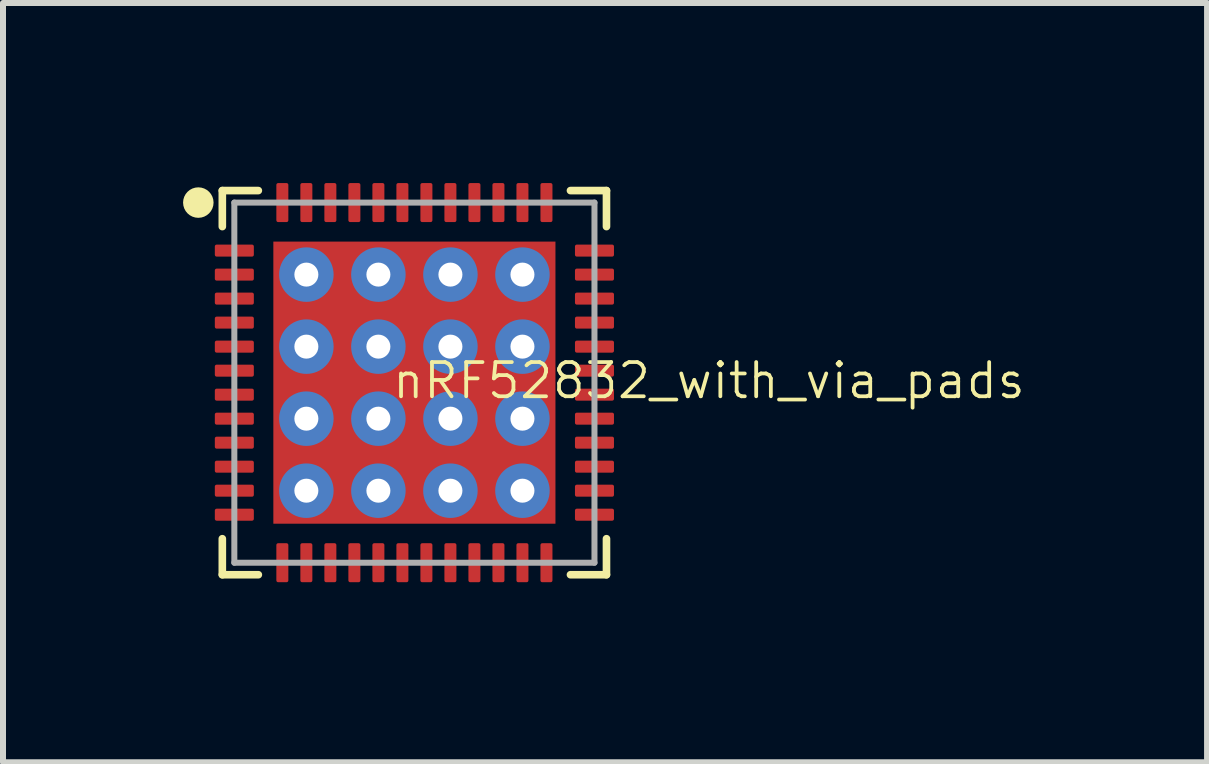
<source format=kicad_pcb>
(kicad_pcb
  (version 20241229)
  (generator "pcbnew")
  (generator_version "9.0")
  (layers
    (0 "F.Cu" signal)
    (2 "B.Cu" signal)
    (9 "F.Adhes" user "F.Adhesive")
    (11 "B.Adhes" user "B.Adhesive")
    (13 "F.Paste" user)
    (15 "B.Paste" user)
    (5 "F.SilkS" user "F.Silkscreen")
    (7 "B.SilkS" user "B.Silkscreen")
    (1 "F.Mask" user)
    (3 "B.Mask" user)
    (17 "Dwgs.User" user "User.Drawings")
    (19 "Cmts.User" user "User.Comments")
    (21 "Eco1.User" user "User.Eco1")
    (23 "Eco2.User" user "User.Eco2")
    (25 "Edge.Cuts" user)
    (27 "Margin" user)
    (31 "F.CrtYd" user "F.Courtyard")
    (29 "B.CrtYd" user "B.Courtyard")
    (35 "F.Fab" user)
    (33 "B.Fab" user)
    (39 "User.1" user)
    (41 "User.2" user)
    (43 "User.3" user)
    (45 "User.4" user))
  (footprint "nRF52832_with_via_pads"
    (layer "F.Cu")
    (at 3.854 3.325)
    (property "Reference" "nRF52832_with_via_pads" (at -0.4 0.3 0) (layer "F.SilkS") (effects (font (size 0.57 0.57) (thickness 0.063)) (justify left bottom)))
    (attr through_hole)
    (fp_line (start -3.2 -3.2) (end -3.2 -2.6) (stroke (width 0.127) (type solid)) (layer "F.SilkS"))
    (fp_line (start -3.2 2.6) (end -3.2 3.2) (stroke (width 0.127) (type solid)) (layer "F.SilkS"))
    (fp_line (start -3.2 3.2) (end -2.6 3.2) (stroke (width 0.127) (type solid)) (layer "F.SilkS"))
    (fp_line (start -2.6 -3.2) (end -3.2 -3.2) (stroke (width 0.127) (type solid)) (layer "F.SilkS"))
    (fp_line (start 2.6 3.2) (end 3.2 3.2) (stroke (width 0.127) (type solid)) (layer "F.SilkS"))
    (fp_line (start 3.2 -3.2) (end 2.6 -3.2) (stroke (width 0.127) (type solid)) (layer "F.SilkS"))
    (fp_line (start 3.2 -2.6) (end 3.2 -3.2) (stroke (width 0.127) (type solid)) (layer "F.SilkS"))
    (fp_line (start 3.2 3.2) (end 3.2 2.6) (stroke (width 0.127) (type solid)) (layer "F.SilkS"))
    (fp_circle (center -3.6 -3) (end -3.473 -3) (stroke (width 0.254) (type solid)) (fill no) (layer "F.SilkS"))
    (fp_line (start -3 -3) (end -3 3) (stroke (width 0.1) (type solid)) (layer "F.Fab"))
    (fp_line (start -3 3) (end 3 3) (stroke (width 0.1) (type solid)) (layer "F.Fab"))
    (fp_line (start 3 -3) (end -3 -3) (stroke (width 0.1) (type solid)) (layer "F.Fab"))
    (fp_line (start 3 3) (end 3 -3) (stroke (width 0.1) (type solid)) (layer "F.Fab"))
    (pad "1" smd roundrect (at -3 -2.2) (size 0.65 0.2) (layers "F.Cu" "F.Mask" "F.Paste") (roundrect_rratio 0.15))
    (pad "2" smd roundrect (at -3 -1.8) (size 0.65 0.2) (layers "F.Cu" "F.Mask" "F.Paste") (roundrect_rratio 0.15))
    (pad "3" smd roundrect (at -3 -1.4) (size 0.65 0.2) (layers "F.Cu" "F.Mask" "F.Paste") (roundrect_rratio 0.15))
    (pad "4" smd roundrect (at -3 -1) (size 0.65 0.2) (layers "F.Cu" "F.Mask" "F.Paste") (roundrect_rratio 0.15))
    (pad "5" smd roundrect (at -3 -0.6) (size 0.65 0.2) (layers "F.Cu" "F.Mask" "F.Paste") (roundrect_rratio 0.15))
    (pad "6" smd roundrect (at -3 -0.2) (size 0.65 0.2) (layers "F.Cu" "F.Mask" "F.Paste") (roundrect_rratio 0.15))
    (pad "7" smd roundrect (at -3 0.2) (size 0.65 0.2) (layers "F.Cu" "F.Mask" "F.Paste") (roundrect_rratio 0.15))
    (pad "8" smd roundrect (at -3 0.6) (size 0.65 0.2) (layers "F.Cu" "F.Mask" "F.Paste") (roundrect_rratio 0.15))
    (pad "9" smd roundrect (at -3 1) (size 0.65 0.2) (layers "F.Cu" "F.Mask" "F.Paste") (roundrect_rratio 0.15))
    (pad "10" smd roundrect (at -3 1.4) (size 0.65 0.2) (layers "F.Cu" "F.Mask" "F.Paste") (roundrect_rratio 0.15))
    (pad "11" smd roundrect (at -3 1.8) (size 0.65 0.2) (layers "F.Cu" "F.Mask" "F.Paste") (roundrect_rratio 0.15))
    (pad "12" smd roundrect (at -3 2.2) (size 0.65 0.2) (layers "F.Cu" "F.Mask" "F.Paste") (roundrect_rratio 0.15))
    (pad "13" smd roundrect (at -2.2 3 90) (size 0.65 0.2) (layers "F.Cu" "F.Mask" "F.Paste") (roundrect_rratio 0.15))
    (pad "14" smd roundrect (at -1.8 3 90) (size 0.65 0.2) (layers "F.Cu" "F.Mask" "F.Paste") (roundrect_rratio 0.15))
    (pad "15" smd roundrect (at -1.4 3 90) (size 0.65 0.2) (layers "F.Cu" "F.Mask" "F.Paste") (roundrect_rratio 0.15))
    (pad "16" smd roundrect (at -1 3 90) (size 0.65 0.2) (layers "F.Cu" "F.Mask" "F.Paste") (roundrect_rratio 0.15))
    (pad "17" smd roundrect (at -0.6 3 90) (size 0.65 0.2) (layers "F.Cu" "F.Mask" "F.Paste") (roundrect_rratio 0.15))
    (pad "18" smd roundrect (at -0.2 3 90) (size 0.65 0.2) (layers "F.Cu" "F.Mask" "F.Paste") (roundrect_rratio 0.15))
    (pad "19" smd roundrect (at 0.2 3 90) (size 0.65 0.2) (layers "F.Cu" "F.Mask" "F.Paste") (roundrect_rratio 0.15))
    (pad "20" smd roundrect (at 0.6 3 90) (size 0.65 0.2) (layers "F.Cu" "F.Mask" "F.Paste") (roundrect_rratio 0.15))
    (pad "21" smd roundrect (at 1 3 90) (size 0.65 0.2) (layers "F.Cu" "F.Mask" "F.Paste") (roundrect_rratio 0.15))
    (pad "22" smd roundrect (at 1.4 3 90) (size 0.65 0.2) (layers "F.Cu" "F.Mask" "F.Paste") (roundrect_rratio 0.15))
    (pad "23" smd roundrect (at 1.8 3 90) (size 0.65 0.2) (layers "F.Cu" "F.Mask" "F.Paste") (roundrect_rratio 0.15))
    (pad "24" smd roundrect (at 2.2 3 90) (size 0.65 0.2) (layers "F.Cu" "F.Mask" "F.Paste") (roundrect_rratio 0.15))
    (pad "25" smd roundrect (at 3 2.2 180) (size 0.65 0.2) (layers "F.Cu" "F.Mask" "F.Paste") (roundrect_rratio 0.15))
    (pad "26" smd roundrect (at 3 1.8 180) (size 0.65 0.2) (layers "F.Cu" "F.Mask" "F.Paste") (roundrect_rratio 0.15))
    (pad "27" smd roundrect (at 3 1.4 180) (size 0.65 0.2) (layers "F.Cu" "F.Mask" "F.Paste") (roundrect_rratio 0.15))
    (pad "28" smd roundrect (at 3 1 180) (size 0.65 0.2) (layers "F.Cu" "F.Mask" "F.Paste") (roundrect_rratio 0.15))
    (pad "29" smd roundrect (at 3 0.6 180) (size 0.65 0.2) (layers "F.Cu" "F.Mask" "F.Paste") (roundrect_rratio 0.15))
    (pad "30" smd roundrect (at 3 0.2 180) (size 0.65 0.2) (layers "F.Cu" "F.Mask" "F.Paste") (roundrect_rratio 0.15))
    (pad "31" smd roundrect (at 3 -0.2 180) (size 0.65 0.2) (layers "F.Cu" "F.Mask" "F.Paste") (roundrect_rratio 0.15))
    (pad "32" smd roundrect (at 3 -0.6 180) (size 0.65 0.2) (layers "F.Cu" "F.Mask" "F.Paste") (roundrect_rratio 0.15))
    (pad "33" smd roundrect (at 3 -1 180) (size 0.65 0.2) (layers "F.Cu" "F.Mask" "F.Paste") (roundrect_rratio 0.15))
    (pad "34" smd roundrect (at 3 -1.4 180) (size 0.65 0.2) (layers "F.Cu" "F.Mask" "F.Paste") (roundrect_rratio 0.15))
    (pad "35" smd roundrect (at 3 -1.8 180) (size 0.65 0.2) (layers "F.Cu" "F.Mask" "F.Paste") (roundrect_rratio 0.15))
    (pad "36" smd roundrect (at 3 -2.2 180) (size 0.65 0.2) (layers "F.Cu" "F.Mask" "F.Paste") (roundrect_rratio 0.15))
    (pad "37" smd roundrect (at 2.2 -3 270) (size 0.65 0.2) (layers "F.Cu" "F.Mask" "F.Paste") (roundrect_rratio 0.15))
    (pad "38" smd roundrect (at 1.8 -3 270) (size 0.65 0.2) (layers "F.Cu" "F.Mask" "F.Paste") (roundrect_rratio 0.15))
    (pad "39" smd roundrect (at 1.4 -3 270) (size 0.65 0.2) (layers "F.Cu" "F.Mask" "F.Paste") (roundrect_rratio 0.15))
    (pad "40" smd roundrect (at 1 -3 270) (size 0.65 0.2) (layers "F.Cu" "F.Mask" "F.Paste") (roundrect_rratio 0.15))
    (pad "41" smd roundrect (at 0.6 -3 270) (size 0.65 0.2) (layers "F.Cu" "F.Mask" "F.Paste") (roundrect_rratio 0.15))
    (pad "42" smd roundrect (at 0.2 -3 270) (size 0.65 0.2) (layers "F.Cu" "F.Mask" "F.Paste") (roundrect_rratio 0.15))
    (pad "43" smd roundrect (at -0.2 -3 270) (size 0.65 0.2) (layers "F.Cu" "F.Mask" "F.Paste") (roundrect_rratio 0.15))
    (pad "44" smd roundrect (at -0.6 -3 270) (size 0.65 0.2) (layers "F.Cu" "F.Mask" "F.Paste") (roundrect_rratio 0.15))
    (pad "45" smd roundrect (at -1 -3 270) (size 0.65 0.2) (layers "F.Cu" "F.Mask" "F.Paste") (roundrect_rratio 0.15))
    (pad "46" smd roundrect (at -1.4 -3 270) (size 0.65 0.2) (layers "F.Cu" "F.Mask" "F.Paste") (roundrect_rratio 0.15))
    (pad "47" smd roundrect (at -1.8 -3 270) (size 0.65 0.2) (layers "F.Cu" "F.Mask" "F.Paste") (roundrect_rratio 0.15))
    (pad "48" smd roundrect (at -2.2 -3 270) (size 0.65 0.2) (layers "F.Cu" "F.Mask" "F.Paste") (roundrect_rratio 0.15))
    (pad "PAD" smd rect (at 0 0 270) (size 4.7 4.7) (layers "F.Cu" "F.Mask" "F.Paste"))
    (pad "PAD@VIA01" thru_hole circle (at -1.8 -1.8 180) (size 0.908 0.908) (drill 0.4) (layers "*.Cu" "*.Mask"))
    (pad "PAD@VIA02" thru_hole circle (at -1.8 -0.6 90) (size 0.908 0.908) (drill 0.4) (layers "*.Cu" "*.Mask"))
    (pad "PAD@VIA03" thru_hole circle (at -1.8 0.6 90) (size 0.908 0.908) (drill 0.4) (layers "*.Cu" "*.Mask"))
    (pad "PAD@VIA04" thru_hole circle (at -1.8 1.8 90) (size 0.908 0.908) (drill 0.4) (layers "*.Cu" "*.Mask"))
    (pad "PAD@VIA05" thru_hole circle (at -0.6 -1.8 90) (size 0.908 0.908) (drill 0.4) (layers "*.Cu" "*.Mask"))
    (pad "PAD@VIA06" thru_hole circle (at -0.6 -0.6 90) (size 0.908 0.908) (drill 0.4) (layers "*.Cu" "*.Mask"))
    (pad "PAD@VIA07" thru_hole circle (at -0.6 0.6 90) (size 0.908 0.908) (drill 0.4) (layers "*.Cu" "*.Mask"))
    (pad "PAD@VIA08" thru_hole circle (at -0.6 1.8 90) (size 0.908 0.908) (drill 0.4) (layers "*.Cu" "*.Mask"))
    (pad "PAD@VIA09" thru_hole circle (at 0.6 -1.8 90) (size 0.908 0.908) (drill 0.4) (layers "*.Cu" "*.Mask"))
    (pad "PAD@VIA10" thru_hole circle (at 0.6 -0.6 90) (size 0.908 0.908) (drill 0.4) (layers "*.Cu" "*.Mask"))
    (pad "PAD@VIA11" thru_hole circle (at 0.6 0.6 90) (size 0.908 0.908) (drill 0.4) (layers "*.Cu" "*.Mask"))
    (pad "PAD@VIA12" thru_hole circle (at 0.6 1.8 90) (size 0.908 0.908) (drill 0.4) (layers "*.Cu" "*.Mask"))
    (pad "PAD@VIA13" thru_hole circle (at 1.8 -1.8 90) (size 0.908 0.908) (drill 0.4) (layers "*.Cu" "*.Mask"))
    (pad "PAD@VIA14" thru_hole circle (at 1.8 -0.6 90) (size 0.908 0.908) (drill 0.4) (layers "*.Cu" "*.Mask"))
    (pad "PAD@VIA15" thru_hole circle (at 1.8 0.6 90) (size 0.908 0.908) (drill 0.4) (layers "*.Cu" "*.Mask"))
    (pad "PAD@VIA16" thru_hole circle (at 1.8 1.8 90) (size 0.908 0.908) (drill 0.4) (layers "*.Cu" "*.Mask")))
  (gr_rect
    (start -3 -3)
    (end 17.06 9.65)
    (stroke (width 0.1) (type default))
    (fill no)
    (layer "Edge.Cuts")))
</source>
